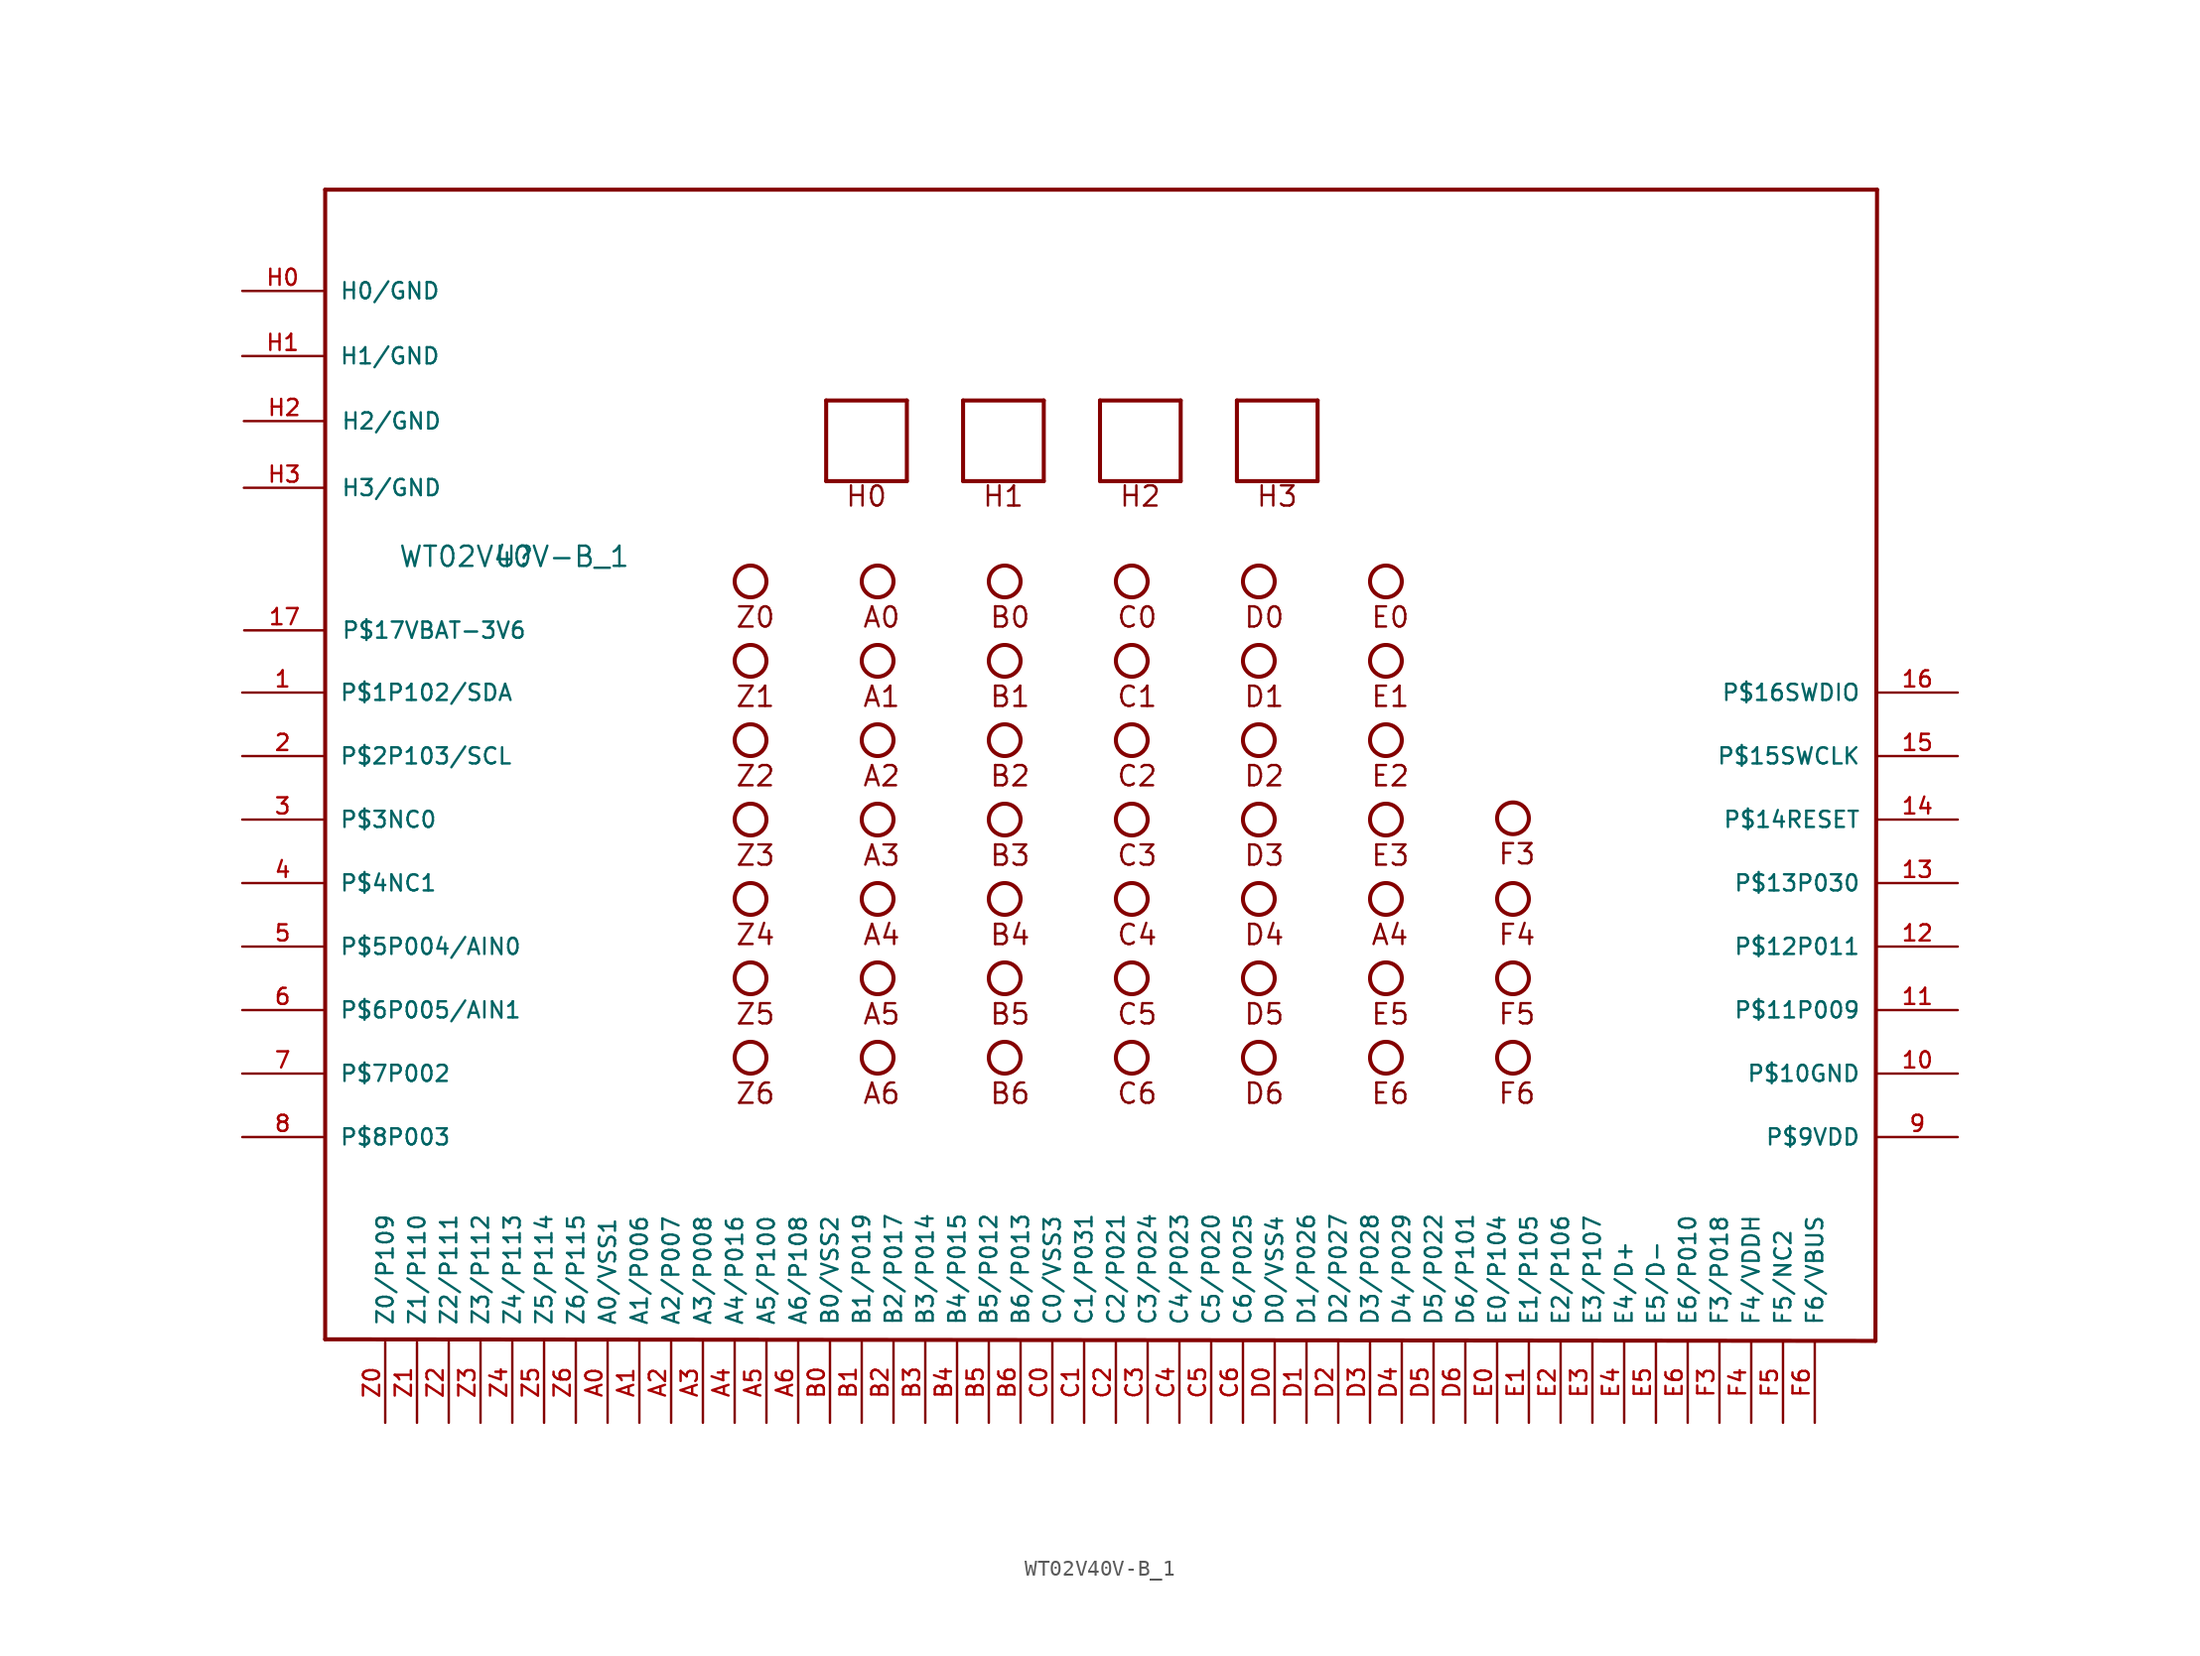
<source format=kicad_sym>
(kicad_symbol_lib
  (version 20211014)
  (generator kicad_symbol_editor)
  (symbol "WT02V40V-B_1"
    (pin_names
      (offset 1.016))
    (property "Reference" "U"
      (at 0 0 0)
      (effects (font (size 1.27 1.27)) (justify bottom)))
    (property "Value" "WT02V40V-B_1"
      (at 0 0.0 0)
      (effects (font (size 1.27 1.27)) (justify bottom)))
    (symbol "WT02V40V-B_1_0_0"
      (polyline (pts (xy -11.9 23.86) (xy -11.9 -48.56)) (stroke (width 0.254)))
      (polyline (pts (xy -11.9 -48.56) (xy 85.7 -48.66)) (stroke (width 0.254)))
      (polyline (pts (xy 85.7 -48.66) (xy 85.8 23.86)) (stroke (width 0.254)))
      (polyline (pts (xy 85.8 23.86) (xy -11.9 23.86)) (stroke (width 0.254)))
      (circle (center 22.88 -0.82) (radius 1.0) (stroke (width 0.254)) (fill (type none)))
      (circle (center 22.88 -5.82) (radius 1.0) (stroke (width 0.254)) (fill (type none)))
      (circle (center 22.88 -10.82) (radius 1.0) (stroke (width 0.254)) (fill (type none)))
      (circle (center 22.88 -15.82) (radius 1.0) (stroke (width 0.254)) (fill (type none)))
      (circle (center 22.88 -20.82) (radius 1.0) (stroke (width 0.254)) (fill (type none)))
      (circle (center 30.88 -0.82) (radius 1.0) (stroke (width 0.254)) (fill (type none)))
      (circle (center 30.88 -5.82) (radius 1.0) (stroke (width 0.254)) (fill (type none)))
      (circle (center 30.88 -10.82) (radius 1.0) (stroke (width 0.254)) (fill (type none)))
      (circle (center 30.88 -15.82) (radius 1.0) (stroke (width 0.254)) (fill (type none)))
      (circle (center 30.88 -20.82) (radius 1.0) (stroke (width 0.254)) (fill (type none)))
      (circle (center 38.88 -0.82) (radius 1.0) (stroke (width 0.254)) (fill (type none)))
      (circle (center 38.88 -5.82) (radius 1.0) (stroke (width 0.254)) (fill (type none)))
      (circle (center 38.88 -10.82) (radius 1.0) (stroke (width 0.254)) (fill (type none)))
      (circle (center 38.88 -15.82) (radius 1.0) (stroke (width 0.254)) (fill (type none)))
      (circle (center 38.88 -20.82) (radius 1.0) (stroke (width 0.254)) (fill (type none)))
      (circle (center 46.88 -0.82) (radius 1.0) (stroke (width 0.254)) (fill (type none)))
      (circle (center 46.88 -5.82) (radius 1.0) (stroke (width 0.254)) (fill (type none)))
      (circle (center 46.88 -10.82) (radius 1.0) (stroke (width 0.254)) (fill (type none)))
      (circle (center 46.88 -15.82) (radius 1.0) (stroke (width 0.254)) (fill (type none)))
      (circle (center 46.88 -20.82) (radius 1.0) (stroke (width 0.254)) (fill (type none)))
      (text "A0" (at 21.88 -3.82 0) (effects (font (size 1.27 1.27)) (justify bottom left)))
      (text "A1" (at 21.88 -8.82 0) (effects (font (size 1.27 1.27)) (justify bottom left)))
      (text "A2" (at 21.88 -13.82 0) (effects (font (size 1.27 1.27)) (justify bottom left)))
      (text "A3" (at 21.88 -18.82 0) (effects (font (size 1.27 1.27)) (justify bottom left)))
      (text "A4" (at 21.88 -23.82 0) (effects (font (size 1.27 1.27)) (justify bottom left)))
      (text "B0" (at 29.88 -3.82 0) (effects (font (size 1.27 1.27)) (justify bottom left)))
      (text "B1" (at 29.88 -8.82 0) (effects (font (size 1.27 1.27)) (justify bottom left)))
      (text "B2" (at 29.88 -13.82 0) (effects (font (size 1.27 1.27)) (justify bottom left)))
      (text "B3" (at 29.88 -18.82 0) (effects (font (size 1.27 1.27)) (justify bottom left)))
      (text "B4" (at 29.88 -23.82 0) (effects (font (size 1.27 1.27)) (justify bottom left)))
      (text "C0" (at 37.88 -3.82 0) (effects (font (size 1.27 1.27)) (justify bottom left)))
      (text "C1" (at 37.88 -8.82 0) (effects (font (size 1.27 1.27)) (justify bottom left)))
      (text "C2" (at 37.88 -13.82 0) (effects (font (size 1.27 1.27)) (justify bottom left)))
      (text "C3" (at 37.88 -18.82 0) (effects (font (size 1.27 1.27)) (justify bottom left)))
      (text "C4" (at 37.88 -23.82 0) (effects (font (size 1.27 1.27)) (justify bottom left)))
      (text "D0" (at 45.88 -3.82 0) (effects (font (size 1.27 1.27)) (justify bottom left)))
      (text "D1" (at 45.88 -8.82 0) (effects (font (size 1.27 1.27)) (justify bottom left)))
      (text "D2" (at 45.88 -13.82 0) (effects (font (size 1.27 1.27)) (justify bottom left)))
      (text "D3" (at 45.88 -18.82 0) (effects (font (size 1.27 1.27)) (justify bottom left)))
      (text "D4" (at 45.88 -23.82 0) (effects (font (size 1.27 1.27)) (justify bottom left)))
      (circle (center 22.88 -25.82) (radius 1.0) (stroke (width 0.254)) (fill (type none)))
      (circle (center 30.88 -25.82) (radius 1.0) (stroke (width 0.254)) (fill (type none)))
      (circle (center 38.88 -25.82) (radius 1.0) (stroke (width 0.254)) (fill (type none)))
      (circle (center 46.88 -25.82) (radius 1.0) (stroke (width 0.254)) (fill (type none)))
      (text "A5" (at 21.88 -28.82 0) (effects (font (size 1.27 1.27)) (justify bottom left)))
      (text "B5" (at 29.88 -28.82 0) (effects (font (size 1.27 1.27)) (justify bottom left)))
      (text "C5" (at 37.88 -28.82 0) (effects (font (size 1.27 1.27)) (justify bottom left)))
      (text "D5" (at 45.88 -28.82 0) (effects (font (size 1.27 1.27)) (justify bottom left)))
      (polyline (pts (xy 24.72 10.58) (xy 24.72 5.5)) (stroke (width 0.254)))
      (polyline (pts (xy 24.72 5.5) (xy 19.64 5.5)) (stroke (width 0.254)))
      (polyline (pts (xy 19.64 5.5) (xy 19.64 10.58)) (stroke (width 0.254)))
      (polyline (pts (xy 19.64 10.58) (xy 24.72 10.58)) (stroke (width 0.254)))
      (polyline (pts (xy 33.34 10.58) (xy 33.34 5.5)) (stroke (width 0.254)))
      (polyline (pts (xy 33.34 5.5) (xy 28.26 5.5)) (stroke (width 0.254)))
      (polyline (pts (xy 28.26 5.5) (xy 28.26 10.58)) (stroke (width 0.254)))
      (polyline (pts (xy 28.26 10.58) (xy 33.34 10.58)) (stroke (width 0.254)))
      (polyline (pts (xy 41.96 10.58) (xy 41.96 5.5)) (stroke (width 0.254)))
      (polyline (pts (xy 41.96 5.5) (xy 36.88 5.5)) (stroke (width 0.254)))
      (polyline (pts (xy 36.88 5.5) (xy 36.88 10.58)) (stroke (width 0.254)))
      (polyline (pts (xy 36.88 10.58) (xy 41.96 10.58)) (stroke (width 0.254)))
      (polyline (pts (xy 50.58 10.58) (xy 50.58 5.5)) (stroke (width 0.254)))
      (polyline (pts (xy 50.58 5.5) (xy 45.5 5.5)) (stroke (width 0.254)))
      (polyline (pts (xy 45.5 5.5) (xy 45.5 10.58)) (stroke (width 0.254)))
      (polyline (pts (xy 45.5 10.58) (xy 50.58 10.58)) (stroke (width 0.254)))
      (text "H0" (at 20.8 3.8 0) (effects (font (size 1.27 1.27)) (justify bottom left)))
      (text "H1" (at 29.42 3.8 0) (effects (font (size 1.27 1.27)) (justify bottom left)))
      (text "H2" (at 38.04 3.8 0) (effects (font (size 1.27 1.27)) (justify bottom left)))
      (text "H3" (at 46.66 3.8 0) (effects (font (size 1.27 1.27)) (justify bottom left)))
      (circle (center 22.88 -30.82) (radius 1.0) (stroke (width 0.254)) (fill (type none)))
      (circle (center 30.88 -30.82) (radius 1.0) (stroke (width 0.254)) (fill (type none)))
      (circle (center 38.88 -30.82) (radius 1.0) (stroke (width 0.254)) (fill (type none)))
      (circle (center 46.88 -30.82) (radius 1.0) (stroke (width 0.254)) (fill (type none)))
      (text "A6" (at 21.88 -33.82 0) (effects (font (size 1.27 1.27)) (justify bottom left)))
      (text "B6" (at 29.88 -33.82 0) (effects (font (size 1.27 1.27)) (justify bottom left)))
      (text "C6" (at 37.88 -33.82 0) (effects (font (size 1.27 1.27)) (justify bottom left)))
      (text "D6" (at 45.88 -33.82 0) (effects (font (size 1.27 1.27)) (justify bottom left)))
      (circle (center 14.88 -0.82) (radius 1.0) (stroke (width 0.254)) (fill (type none)))
      (circle (center 14.88 -5.82) (radius 1.0) (stroke (width 0.254)) (fill (type none)))
      (circle (center 14.88 -10.82) (radius 1.0) (stroke (width 0.254)) (fill (type none)))
      (circle (center 14.88 -15.82) (radius 1.0) (stroke (width 0.254)) (fill (type none)))
      (circle (center 14.88 -20.82) (radius 1.0) (stroke (width 0.254)) (fill (type none)))
      (text "Z0" (at 13.88 -3.82 0) (effects (font (size 1.27 1.27)) (justify bottom left)))
      (text "Z1" (at 13.88 -8.82 0) (effects (font (size 1.27 1.27)) (justify bottom left)))
      (text "Z2" (at 13.88 -13.82 0) (effects (font (size 1.27 1.27)) (justify bottom left)))
      (text "Z3" (at 13.88 -18.82 0) (effects (font (size 1.27 1.27)) (justify bottom left)))
      (text "Z4" (at 13.88 -23.82 0) (effects (font (size 1.27 1.27)) (justify bottom left)))
      (circle (center 14.88 -25.82) (radius 1.0) (stroke (width 0.254)) (fill (type none)))
      (text "Z5" (at 13.88 -28.82 0) (effects (font (size 1.27 1.27)) (justify bottom left)))
      (circle (center 14.88 -30.82) (radius 1.0) (stroke (width 0.254)) (fill (type none)))
      (text "Z6" (at 13.88 -33.82 0) (effects (font (size 1.27 1.27)) (justify bottom left)))
      (circle (center 54.88 -0.82) (radius 1.0) (stroke (width 0.254)) (fill (type none)))
      (circle (center 54.88 -5.82) (radius 1.0) (stroke (width 0.254)) (fill (type none)))
      (circle (center 54.88 -10.82) (radius 1.0) (stroke (width 0.254)) (fill (type none)))
      (circle (center 54.88 -15.82) (radius 1.0) (stroke (width 0.254)) (fill (type none)))
      (circle (center 54.88 -20.82) (radius 1.0) (stroke (width 0.254)) (fill (type none)))
      (text "E0" (at 53.88 -3.82 0) (effects (font (size 1.27 1.27)) (justify bottom left)))
      (text "E1" (at 53.88 -8.82 0) (effects (font (size 1.27 1.27)) (justify bottom left)))
      (text "E2" (at 53.88 -13.82 0) (effects (font (size 1.27 1.27)) (justify bottom left)))
      (text "E3" (at 53.88 -18.82 0) (effects (font (size 1.27 1.27)) (justify bottom left)))
      (text "A4" (at 53.88 -23.82 0) (effects (font (size 1.27 1.27)) (justify bottom left)))
      (circle (center 54.88 -25.82) (radius 1.0) (stroke (width 0.254)) (fill (type none)))
      (text "E5" (at 53.88 -28.82 0) (effects (font (size 1.27 1.27)) (justify bottom left)))
      (circle (center 54.88 -30.82) (radius 1.0) (stroke (width 0.254)) (fill (type none)))
      (text "E6" (at 53.88 -33.82 0) (effects (font (size 1.27 1.27)) (justify bottom left)))
      (circle (center 62.88 -20.82) (radius 1.0) (stroke (width 0.254)) (fill (type none)))
      (text "F4" (at 61.88 -23.82 0) (effects (font (size 1.27 1.27)) (justify bottom left)))
      (circle (center 62.88 -25.82) (radius 1.0) (stroke (width 0.254)) (fill (type none)))
      (text "F5" (at 61.88 -28.82 0) (effects (font (size 1.27 1.27)) (justify bottom left)))
      (circle (center 62.88 -30.82) (radius 1.0) (stroke (width 0.254)) (fill (type none)))
      (text "F6" (at 61.88 -33.82 0) (effects (font (size 1.27 1.27)) (justify bottom left)))
      (circle (center 62.88 -15.74) (radius 1.0) (stroke (width 0.254)) (fill (type none)))
      (text "F3" (at 61.88 -18.74 0) (effects (font (size 1.27 1.27)) (justify bottom left)))
      (pin bidirectional line (at -17.12 -7.82 0) (length 5.08) (name "P$1P102/SDA" (effects (font (size 1.016 1.016)))) (number "1" (effects (font (size 1.016 1.016)))))
      (pin bidirectional line (at -17.12 -11.82 0) (length 5.08) (name "P$2P103/SCL" (effects (font (size 1.016 1.016)))) (number "2" (effects (font (size 1.016 1.016)))))
      (pin bidirectional line (at -17.12 -15.82 0) (length 5.08) (name "P$3NC0" (effects (font (size 1.016 1.016)))) (number "3" (effects (font (size 1.016 1.016)))))
      (pin bidirectional line (at -17.12 -19.82 0) (length 5.08) (name "P$4NC1" (effects (font (size 1.016 1.016)))) (number "4" (effects (font (size 1.016 1.016)))))
      (pin bidirectional line (at -17.12 -23.82 0) (length 5.08) (name "P$5P004/AIN0" (effects (font (size 1.016 1.016)))) (number "5" (effects (font (size 1.016 1.016)))))
      (pin bidirectional line (at -17.12 -27.82 0) (length 5.08) (name "P$6P005/AIN1" (effects (font (size 1.016 1.016)))) (number "6" (effects (font (size 1.016 1.016)))))
      (pin bidirectional line (at -17.12 -31.82 0) (length 5.08) (name "P$7P002" (effects (font (size 1.016 1.016)))) (number "7" (effects (font (size 1.016 1.016)))))
      (pin bidirectional line (at -17.12 -35.82 0) (length 5.08) (name "P$8P003" (effects (font (size 1.016 1.016)))) (number "8" (effects (font (size 1.016 1.016)))))
      (pin bidirectional line (at 90.88 -35.82 180.0) (length 5.08) (name "P$9VDD" (effects (font (size 1.016 1.016)))) (number "9" (effects (font (size 1.016 1.016)))))
      (pin bidirectional line (at 90.88 -31.82 180.0) (length 5.08) (name "P$10GND" (effects (font (size 1.016 1.016)))) (number "10" (effects (font (size 1.016 1.016)))))
      (pin bidirectional line (at 90.88 -27.82 180.0) (length 5.08) (name "P$11P009" (effects (font (size 1.016 1.016)))) (number "11" (effects (font (size 1.016 1.016)))))
      (pin bidirectional line (at 90.88 -23.82 180.0) (length 5.08) (name "P$12P011" (effects (font (size 1.016 1.016)))) (number "12" (effects (font (size 1.016 1.016)))))
      (pin bidirectional line (at 90.88 -19.82 180.0) (length 5.08) (name "P$13P030" (effects (font (size 1.016 1.016)))) (number "13" (effects (font (size 1.016 1.016)))))
      (pin bidirectional line (at 90.88 -15.82 180.0) (length 5.08) (name "P$14RESET" (effects (font (size 1.016 1.016)))) (number "14" (effects (font (size 1.016 1.016)))))
      (pin bidirectional line (at 90.88 -11.82 180.0) (length 5.08) (name "P$15SWCLK" (effects (font (size 1.016 1.016)))) (number "15" (effects (font (size 1.016 1.016)))))
      (pin bidirectional line (at 90.88 -7.82 180.0) (length 5.08) (name "P$16SWDIO" (effects (font (size 1.016 1.016)))) (number "16" (effects (font (size 1.016 1.016)))))
      (pin bidirectional line (at 5.88 -53.82 90.0) (length 5.08) (name "A0/VSS1" (effects (font (size 1.016 1.016)))) (number "A0" (effects (font (size 1.016 1.016)))))
      (pin bidirectional line (at 19.88 -53.82 90.0) (length 5.08) (name "B0/VSS2" (effects (font (size 1.016 1.016)))) (number "B0" (effects (font (size 1.016 1.016)))))
      (pin bidirectional line (at 33.88 -53.82 90.0) (length 5.08) (name "C0/VSS3" (effects (font (size 1.016 1.016)))) (number "C0" (effects (font (size 1.016 1.016)))))
      (pin bidirectional line (at 47.88 -53.82 90.0) (length 5.08) (name "D0/VSS4" (effects (font (size 1.016 1.016)))) (number "D0" (effects (font (size 1.016 1.016)))))
      (pin bidirectional line (at 7.88 -53.82 90.0) (length 5.08) (name "A1/P006" (effects (font (size 1.016 1.016)))) (number "A1" (effects (font (size 1.016 1.016)))))
      (pin bidirectional line (at 9.88 -53.82 90.0) (length 5.08) (name "A2/P007" (effects (font (size 1.016 1.016)))) (number "A2" (effects (font (size 1.016 1.016)))))
      (pin bidirectional line (at 11.88 -53.82 90.0) (length 5.08) (name "A3/P008" (effects (font (size 1.016 1.016)))) (number "A3" (effects (font (size 1.016 1.016)))))
      (pin bidirectional line (at 13.88 -53.82 90.0) (length 5.08) (name "A4/P016" (effects (font (size 1.016 1.016)))) (number "A4" (effects (font (size 1.016 1.016)))))
      (pin bidirectional line (at 15.88 -53.82 90.0) (length 5.08) (name "A5/P100" (effects (font (size 1.016 1.016)))) (number "A5" (effects (font (size 1.016 1.016)))))
      (pin bidirectional line (at 21.88 -53.82 90.0) (length 5.08) (name "B1/P019" (effects (font (size 1.016 1.016)))) (number "B1" (effects (font (size 1.016 1.016)))))
      (pin bidirectional line (at 23.88 -53.82 90.0) (length 5.08) (name "B2/P017" (effects (font (size 1.016 1.016)))) (number "B2" (effects (font (size 1.016 1.016)))))
      (pin bidirectional line (at 25.88 -53.82 90.0) (length 5.08) (name "B3/P014" (effects (font (size 1.016 1.016)))) (number "B3" (effects (font (size 1.016 1.016)))))
      (pin bidirectional line (at 27.88 -53.82 90.0) (length 5.08) (name "B4/P015" (effects (font (size 1.016 1.016)))) (number "B4" (effects (font (size 1.016 1.016)))))
      (pin bidirectional line (at 29.88 -53.82 90.0) (length 5.08) (name "B5/P012" (effects (font (size 1.016 1.016)))) (number "B5" (effects (font (size 1.016 1.016)))))
      (pin bidirectional line (at 35.88 -53.82 90.0) (length 5.08) (name "C1/P031" (effects (font (size 1.016 1.016)))) (number "C1" (effects (font (size 1.016 1.016)))))
      (pin bidirectional line (at 37.88 -53.82 90.0) (length 5.08) (name "C2/P021" (effects (font (size 1.016 1.016)))) (number "C2" (effects (font (size 1.016 1.016)))))
      (pin bidirectional line (at 39.88 -53.82 90.0) (length 5.08) (name "C3/P024" (effects (font (size 1.016 1.016)))) (number "C3" (effects (font (size 1.016 1.016)))))
      (pin bidirectional line (at 41.88 -53.82 90.0) (length 5.08) (name "C4/P023" (effects (font (size 1.016 1.016)))) (number "C4" (effects (font (size 1.016 1.016)))))
      (pin bidirectional line (at 43.88 -53.82 90.0) (length 5.08) (name "C5/P020" (effects (font (size 1.016 1.016)))) (number "C5" (effects (font (size 1.016 1.016)))))
      (pin bidirectional line (at 49.88 -53.82 90.0) (length 5.08) (name "D1/P026" (effects (font (size 1.016 1.016)))) (number "D1" (effects (font (size 1.016 1.016)))))
      (pin bidirectional line (at 51.88 -53.82 90.0) (length 5.08) (name "D2/P027" (effects (font (size 1.016 1.016)))) (number "D2" (effects (font (size 1.016 1.016)))))
      (pin bidirectional line (at 53.88 -53.82 90.0) (length 5.08) (name "D3/P028" (effects (font (size 1.016 1.016)))) (number "D3" (effects (font (size 1.016 1.016)))))
      (pin bidirectional line (at 55.88 -53.82 90.0) (length 5.08) (name "D4/P029" (effects (font (size 1.016 1.016)))) (number "D4" (effects (font (size 1.016 1.016)))))
      (pin bidirectional line (at 57.88 -53.82 90.0) (length 5.08) (name "D5/P022" (effects (font (size 1.016 1.016)))) (number "D5" (effects (font (size 1.016 1.016)))))
      (pin bidirectional line (at -17.12 17.48 0) (length 5.08) (name "H0/GND" (effects (font (size 1.016 1.016)))) (number "H0" (effects (font (size 1.016 1.016)))))
      (pin bidirectional line (at -17.12 13.38 0) (length 5.08) (name "H1/GND" (effects (font (size 1.016 1.016)))) (number "H1" (effects (font (size 1.016 1.016)))))
      (pin bidirectional line (at -17.02 9.28 0) (length 5.08) (name "H2/GND" (effects (font (size 1.016 1.016)))) (number "H2" (effects (font (size 1.016 1.016)))))
      (pin bidirectional line (at -17.02 5.08 0) (length 5.08) (name "H3/GND" (effects (font (size 1.016 1.016)))) (number "H3" (effects (font (size 1.016 1.016)))))
      (pin bidirectional line (at 3.88 -53.82 90.0) (length 5.08) (name "Z6/P115" (effects (font (size 1.016 1.016)))) (number "Z6" (effects (font (size 1.016 1.016)))))
      (pin bidirectional line (at 1.88 -53.82 90.0) (length 5.08) (name "Z5/P114" (effects (font (size 1.016 1.016)))) (number "Z5" (effects (font (size 1.016 1.016)))))
      (pin bidirectional line (at -0.12 -53.82 90.0) (length 5.08) (name "Z4/P113" (effects (font (size 1.016 1.016)))) (number "Z4" (effects (font (size 1.016 1.016)))))
      (pin bidirectional line (at -2.12 -53.82 90.0) (length 5.08) (name "Z3/P112" (effects (font (size 1.016 1.016)))) (number "Z3" (effects (font (size 1.016 1.016)))))
      (pin bidirectional line (at -4.12 -53.82 90.0) (length 5.08) (name "Z2/P111" (effects (font (size 1.016 1.016)))) (number "Z2" (effects (font (size 1.016 1.016)))))
      (pin bidirectional line (at -6.12 -53.82 90.0) (length 5.08) (name "Z1/P110" (effects (font (size 1.016 1.016)))) (number "Z1" (effects (font (size 1.016 1.016)))))
      (pin bidirectional line (at -8.12 -53.82 90.0) (length 5.08) (name "Z0/P109" (effects (font (size 1.016 1.016)))) (number "Z0" (effects (font (size 1.016 1.016)))))
      (pin bidirectional line (at 17.88 -53.82 90.0) (length 5.08) (name "A6/P108" (effects (font (size 1.016 1.016)))) (number "A6" (effects (font (size 1.016 1.016)))))
      (pin bidirectional line (at 31.88 -53.82 90.0) (length 5.08) (name "B6/P013" (effects (font (size 1.016 1.016)))) (number "B6" (effects (font (size 1.016 1.016)))))
      (pin bidirectional line (at 45.88 -53.82 90.0) (length 5.08) (name "C6/P025" (effects (font (size 1.016 1.016)))) (number "C6" (effects (font (size 1.016 1.016)))))
      (pin bidirectional line (at 59.88 -53.82 90.0) (length 5.08) (name "D6/P101" (effects (font (size 1.016 1.016)))) (number "D6" (effects (font (size 1.016 1.016)))))
      (pin bidirectional line (at 61.88 -53.82 90.0) (length 5.08) (name "E0/P104" (effects (font (size 1.016 1.016)))) (number "E0" (effects (font (size 1.016 1.016)))))
      (pin bidirectional line (at 63.88 -53.82 90.0) (length 5.08) (name "E1/P105" (effects (font (size 1.016 1.016)))) (number "E1" (effects (font (size 1.016 1.016)))))
      (pin bidirectional line (at 65.88 -53.82 90.0) (length 5.08) (name "E2/P106" (effects (font (size 1.016 1.016)))) (number "E2" (effects (font (size 1.016 1.016)))))
      (pin bidirectional line (at 67.88 -53.82 90.0) (length 5.08) (name "E3/P107" (effects (font (size 1.016 1.016)))) (number "E3" (effects (font (size 1.016 1.016)))))
      (pin bidirectional line (at 69.88 -53.82 90.0) (length 5.08) (name "E4/D+" (effects (font (size 1.016 1.016)))) (number "E4" (effects (font (size 1.016 1.016)))))
      (pin bidirectional line (at 71.88 -53.82 90.0) (length 5.08) (name "E5/D-" (effects (font (size 1.016 1.016)))) (number "E5" (effects (font (size 1.016 1.016)))))
      (pin bidirectional line (at 73.88 -53.82 90.0) (length 5.08) (name "E6/P010" (effects (font (size 1.016 1.016)))) (number "E6" (effects (font (size 1.016 1.016)))))
      (pin bidirectional line (at 77.88 -53.82 90.0) (length 5.08) (name "F4/VDDH" (effects (font (size 1.016 1.016)))) (number "F4" (effects (font (size 1.016 1.016)))))
      (pin bidirectional line (at 79.88 -53.82 90.0) (length 5.08) (name "F5/NC2" (effects (font (size 1.016 1.016)))) (number "F5" (effects (font (size 1.016 1.016)))))
      (pin bidirectional line (at 81.88 -53.82 90.0) (length 5.08) (name "F6/VBUS" (effects (font (size 1.016 1.016)))) (number "F6" (effects (font (size 1.016 1.016)))))
      (pin bidirectional line (at 75.88 -53.82 90.0) (length 5.08) (name "F3/P018" (effects (font (size 1.016 1.016)))) (number "F3" (effects (font (size 1.016 1.016)))))
      (pin bidirectional line (at -17.0 -3.9 0) (length 5.08) (name "P$17VBAT-3V6" (effects (font (size 1.016 1.016)))) (number "17" (effects (font (size 1.016 1.016))))))))
</source>
